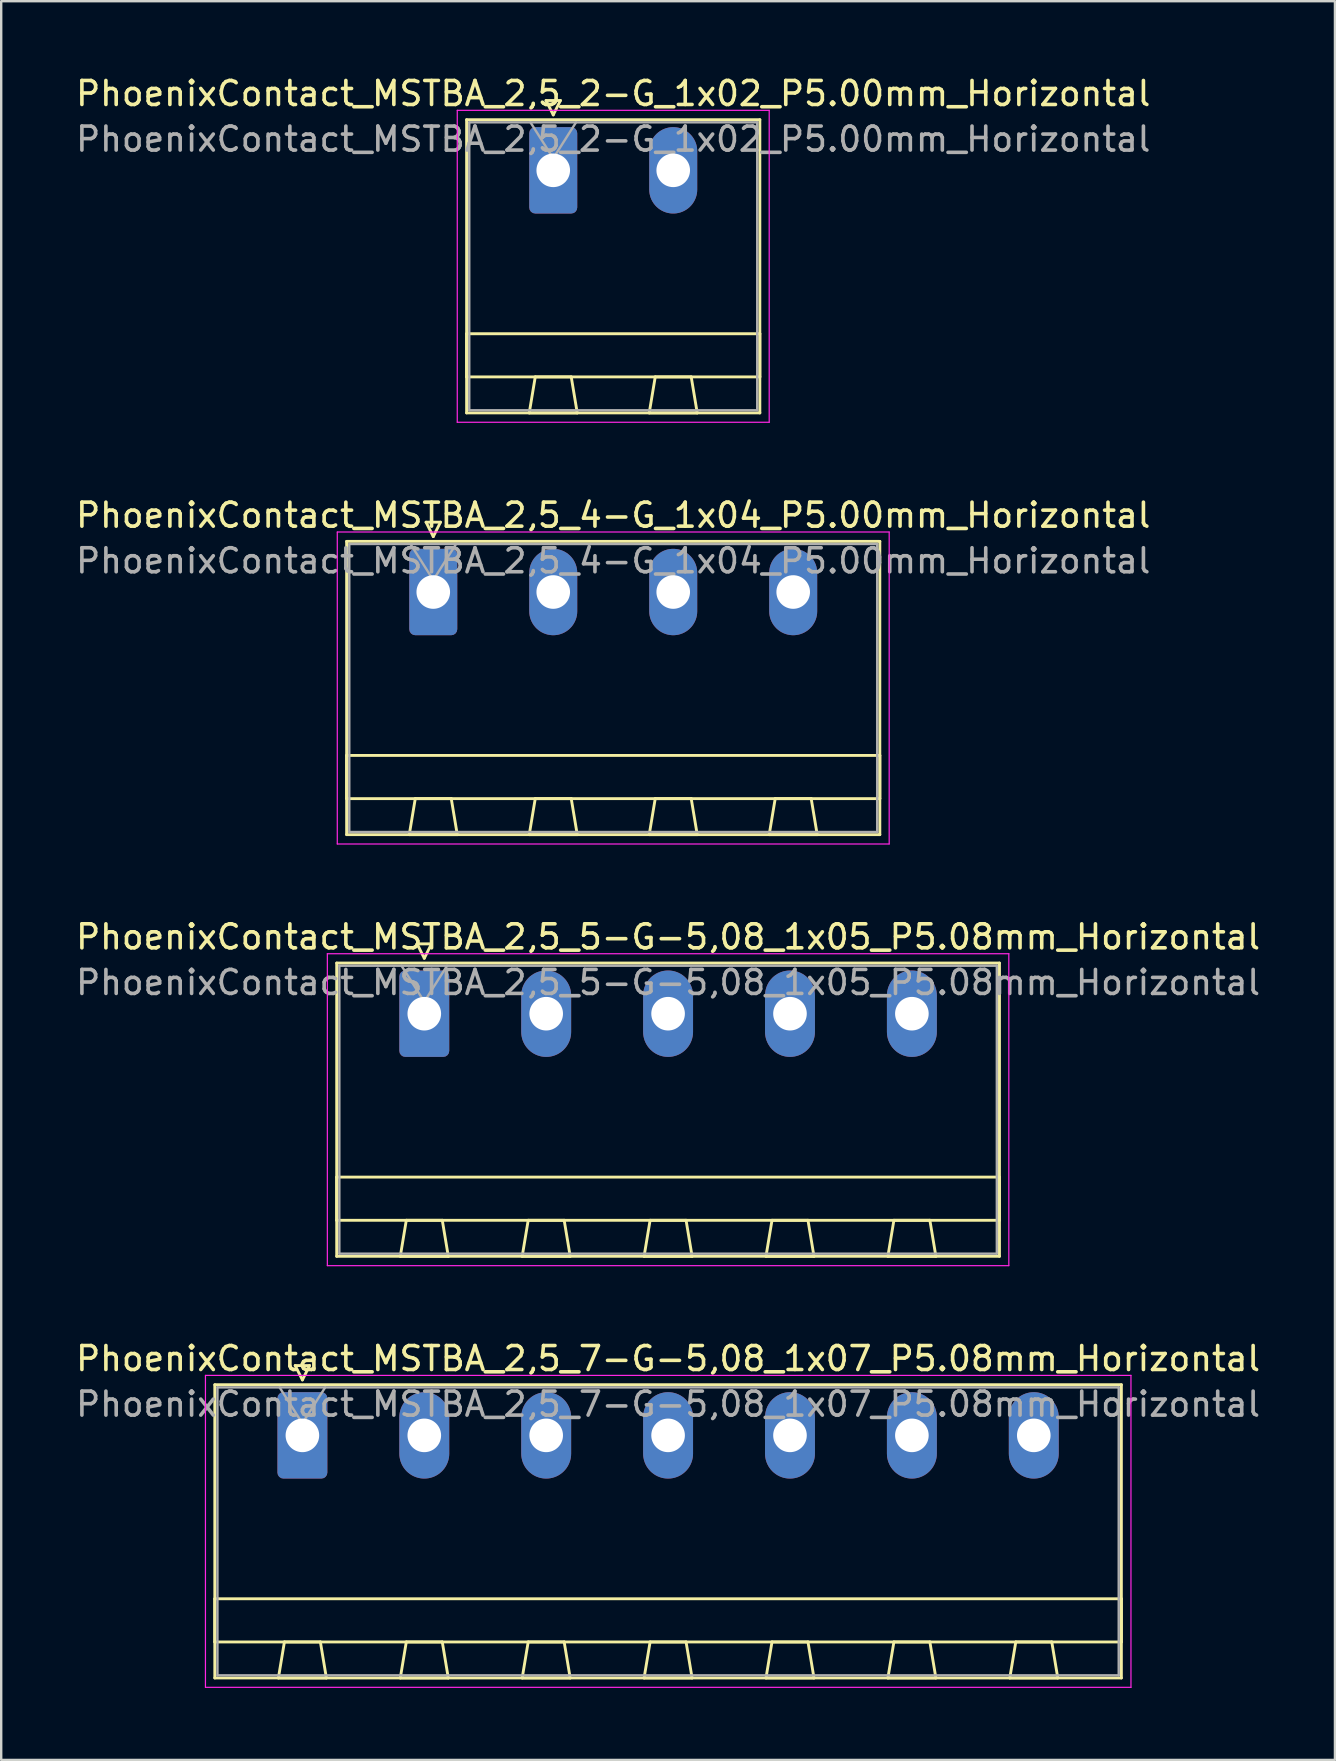
<source format=kicad_pcb>
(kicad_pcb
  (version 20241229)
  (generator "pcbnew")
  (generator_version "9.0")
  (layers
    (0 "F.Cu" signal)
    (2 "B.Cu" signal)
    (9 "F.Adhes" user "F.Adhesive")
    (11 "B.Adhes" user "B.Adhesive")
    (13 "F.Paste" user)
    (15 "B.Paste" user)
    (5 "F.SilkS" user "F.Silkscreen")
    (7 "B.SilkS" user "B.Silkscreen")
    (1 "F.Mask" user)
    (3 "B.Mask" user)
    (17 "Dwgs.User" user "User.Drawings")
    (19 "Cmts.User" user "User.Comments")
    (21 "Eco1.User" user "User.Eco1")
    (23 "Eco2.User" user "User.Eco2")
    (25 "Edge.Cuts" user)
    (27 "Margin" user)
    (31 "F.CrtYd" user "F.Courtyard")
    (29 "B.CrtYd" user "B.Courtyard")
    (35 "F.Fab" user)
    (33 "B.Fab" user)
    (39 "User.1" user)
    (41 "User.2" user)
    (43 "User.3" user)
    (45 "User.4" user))
  (footprint "PhoenixContact_MSTBA_2,5_4-G_1x04_P5.00mm_Horizontal"
    (layer "F.Cu")
    (at 15.006 21.622)
    (property "Reference" "PhoenixContact_MSTBA_2,5_4-G_1x04_P5.00mm_Horizontal" (at 7.5 -3.2 0) (layer "F.SilkS") (effects (font (size 1 1) (thickness 0.15))))
    (attr through_hole)
    (fp_line (start -3.61 -2.11) (end -3.61 10.11) (stroke (width 0.12) (type solid)) (layer "F.SilkS"))
    (fp_line (start -3.61 6.81) (end 18.61 6.81) (stroke (width 0.12) (type solid)) (layer "F.SilkS"))
    (fp_line (start -3.61 8.61) (end -3.61 6.81) (stroke (width 0.12) (type solid)) (layer "F.SilkS"))
    (fp_line (start -3.61 10.11) (end 18.61 10.11) (stroke (width 0.12) (type solid)) (layer "F.SilkS"))
    (fp_line (start -1 10.11) (end 1 10.11) (stroke (width 0.12) (type solid)) (layer "F.SilkS"))
    (fp_line (start -0.75 8.61) (end -1 10.11) (stroke (width 0.12) (type solid)) (layer "F.SilkS"))
    (fp_line (start -0.3 -2.91) (end 0.3 -2.91) (stroke (width 0.12) (type solid)) (layer "F.SilkS"))
    (fp_line (start 0 -2.31) (end -0.3 -2.91) (stroke (width 0.12) (type solid)) (layer "F.SilkS"))
    (fp_line (start 0.3 -2.91) (end 0 -2.31) (stroke (width 0.12) (type solid)) (layer "F.SilkS"))
    (fp_line (start 0.75 8.61) (end -0.75 8.61) (stroke (width 0.12) (type solid)) (layer "F.SilkS"))
    (fp_line (start 1 10.11) (end 0.75 8.61) (stroke (width 0.12) (type solid)) (layer "F.SilkS"))
    (fp_line (start 4 10.11) (end 6 10.11) (stroke (width 0.12) (type solid)) (layer "F.SilkS"))
    (fp_line (start 4.25 8.61) (end 4 10.11) (stroke (width 0.12) (type solid)) (layer "F.SilkS"))
    (fp_line (start 5.75 8.61) (end 4.25 8.61) (stroke (width 0.12) (type solid)) (layer "F.SilkS"))
    (fp_line (start 6 10.11) (end 5.75 8.61) (stroke (width 0.12) (type solid)) (layer "F.SilkS"))
    (fp_line (start 9 10.11) (end 11 10.11) (stroke (width 0.12) (type solid)) (layer "F.SilkS"))
    (fp_line (start 9.25 8.61) (end 9 10.11) (stroke (width 0.12) (type solid)) (layer "F.SilkS"))
    (fp_line (start 10.75 8.61) (end 9.25 8.61) (stroke (width 0.12) (type solid)) (layer "F.SilkS"))
    (fp_line (start 11 10.11) (end 10.75 8.61) (stroke (width 0.12) (type solid)) (layer "F.SilkS"))
    (fp_line (start 14 10.11) (end 16 10.11) (stroke (width 0.12) (type solid)) (layer "F.SilkS"))
    (fp_line (start 14.25 8.61) (end 14 10.11) (stroke (width 0.12) (type solid)) (layer "F.SilkS"))
    (fp_line (start 15.75 8.61) (end 14.25 8.61) (stroke (width 0.12) (type solid)) (layer "F.SilkS"))
    (fp_line (start 16 10.11) (end 15.75 8.61) (stroke (width 0.12) (type solid)) (layer "F.SilkS"))
    (fp_line (start 18.61 -2.11) (end -3.61 -2.11) (stroke (width 0.12) (type solid)) (layer "F.SilkS"))
    (fp_line (start 18.61 6.81) (end 18.61 8.61) (stroke (width 0.12) (type solid)) (layer "F.SilkS"))
    (fp_line (start 18.61 8.61) (end -3.61 8.61) (stroke (width 0.12) (type solid)) (layer "F.SilkS"))
    (fp_line (start 18.61 10.11) (end 18.61 -2.11) (stroke (width 0.12) (type solid)) (layer "F.SilkS"))
    (fp_line (start -4 -2.5) (end -4 10.5) (stroke (width 0.05) (type solid)) (layer "F.CrtYd"))
    (fp_line (start -4 10.5) (end 19 10.5) (stroke (width 0.05) (type solid)) (layer "F.CrtYd"))
    (fp_line (start 19 -2.5) (end -4 -2.5) (stroke (width 0.05) (type solid)) (layer "F.CrtYd"))
    (fp_line (start 19 10.5) (end 19 -2.5) (stroke (width 0.05) (type solid)) (layer "F.CrtYd"))
    (fp_line (start -3.5 -2) (end -3.5 10) (stroke (width 0.1) (type solid)) (layer "F.Fab"))
    (fp_line (start -3.5 10) (end 18.5 10) (stroke (width 0.1) (type solid)) (layer "F.Fab"))
    (fp_line (start 0 -0.5) (end -0.95 -2) (stroke (width 0.1) (type solid)) (layer "F.Fab"))
    (fp_line (start 0.95 -2) (end 0 -0.5) (stroke (width 0.1) (type solid)) (layer "F.Fab"))
    (fp_line (start 18.5 -2) (end -3.5 -2) (stroke (width 0.1) (type solid)) (layer "F.Fab"))
    (fp_line (start 18.5 10) (end 18.5 -2) (stroke (width 0.1) (type solid)) (layer "F.Fab"))
    (fp_text user "${REFERENCE}" (at 7.5 -1.3 0) (layer "F.Fab") (effects (font (size 1 1) (thickness 0.15))))
    (pad "1" thru_hole roundrect (at 0 0) (size 2 3.6) (drill 1.4) (layers "*.Cu" "*.Mask") (roundrect_rratio 0.125))
    (pad "2" thru_hole oval (at 5 0) (size 2 3.6) (drill 1.4) (layers "*.Cu" "*.Mask"))
    (pad "3" thru_hole oval (at 10 0) (size 2 3.6) (drill 1.4) (layers "*.Cu" "*.Mask"))
    (pad "4" thru_hole oval (at 15 0) (size 2 3.6) (drill 1.4) (layers "*.Cu" "*.Mask")))
  (footprint "PhoenixContact_MSTBA_2,5_2-G_1x02_P5.00mm_Horizontal"
    (layer "F.Cu")
    (at 20.006 4.048)
    (property "Reference" "PhoenixContact_MSTBA_2,5_2-G_1x02_P5.00mm_Horizontal" (at 2.5 -3.2 0) (layer "F.SilkS") (effects (font (size 1 1) (thickness 0.15))))
    (attr through_hole)
    (fp_line (start -3.61 -2.11) (end -3.61 10.11) (stroke (width 0.12) (type solid)) (layer "F.SilkS"))
    (fp_line (start -3.61 6.81) (end 8.61 6.81) (stroke (width 0.12) (type solid)) (layer "F.SilkS"))
    (fp_line (start -3.61 8.61) (end -3.61 6.81) (stroke (width 0.12) (type solid)) (layer "F.SilkS"))
    (fp_line (start -3.61 10.11) (end 8.61 10.11) (stroke (width 0.12) (type solid)) (layer "F.SilkS"))
    (fp_line (start -1 10.11) (end 1 10.11) (stroke (width 0.12) (type solid)) (layer "F.SilkS"))
    (fp_line (start -0.75 8.61) (end -1 10.11) (stroke (width 0.12) (type solid)) (layer "F.SilkS"))
    (fp_line (start -0.3 -2.91) (end 0.3 -2.91) (stroke (width 0.12) (type solid)) (layer "F.SilkS"))
    (fp_line (start 0 -2.31) (end -0.3 -2.91) (stroke (width 0.12) (type solid)) (layer "F.SilkS"))
    (fp_line (start 0.3 -2.91) (end 0 -2.31) (stroke (width 0.12) (type solid)) (layer "F.SilkS"))
    (fp_line (start 0.75 8.61) (end -0.75 8.61) (stroke (width 0.12) (type solid)) (layer "F.SilkS"))
    (fp_line (start 1 10.11) (end 0.75 8.61) (stroke (width 0.12) (type solid)) (layer "F.SilkS"))
    (fp_line (start 4 10.11) (end 6 10.11) (stroke (width 0.12) (type solid)) (layer "F.SilkS"))
    (fp_line (start 4.25 8.61) (end 4 10.11) (stroke (width 0.12) (type solid)) (layer "F.SilkS"))
    (fp_line (start 5.75 8.61) (end 4.25 8.61) (stroke (width 0.12) (type solid)) (layer "F.SilkS"))
    (fp_line (start 6 10.11) (end 5.75 8.61) (stroke (width 0.12) (type solid)) (layer "F.SilkS"))
    (fp_line (start 8.61 -2.11) (end -3.61 -2.11) (stroke (width 0.12) (type solid)) (layer "F.SilkS"))
    (fp_line (start 8.61 6.81) (end 8.61 8.61) (stroke (width 0.12) (type solid)) (layer "F.SilkS"))
    (fp_line (start 8.61 8.61) (end -3.61 8.61) (stroke (width 0.12) (type solid)) (layer "F.SilkS"))
    (fp_line (start 8.61 10.11) (end 8.61 -2.11) (stroke (width 0.12) (type solid)) (layer "F.SilkS"))
    (fp_line (start -4 -2.5) (end -4 10.5) (stroke (width 0.05) (type solid)) (layer "F.CrtYd"))
    (fp_line (start -4 10.5) (end 9 10.5) (stroke (width 0.05) (type solid)) (layer "F.CrtYd"))
    (fp_line (start 9 -2.5) (end -4 -2.5) (stroke (width 0.05) (type solid)) (layer "F.CrtYd"))
    (fp_line (start 9 10.5) (end 9 -2.5) (stroke (width 0.05) (type solid)) (layer "F.CrtYd"))
    (fp_line (start -3.5 -2) (end -3.5 10) (stroke (width 0.1) (type solid)) (layer "F.Fab"))
    (fp_line (start -3.5 10) (end 8.5 10) (stroke (width 0.1) (type solid)) (layer "F.Fab"))
    (fp_line (start 0 -0.5) (end -0.95 -2) (stroke (width 0.1) (type solid)) (layer "F.Fab"))
    (fp_line (start 0.95 -2) (end 0 -0.5) (stroke (width 0.1) (type solid)) (layer "F.Fab"))
    (fp_line (start 8.5 -2) (end -3.5 -2) (stroke (width 0.1) (type solid)) (layer "F.Fab"))
    (fp_line (start 8.5 10) (end 8.5 -2) (stroke (width 0.1) (type solid)) (layer "F.Fab"))
    (fp_text user "${REFERENCE}" (at 2.5 -1.3 0) (layer "F.Fab") (effects (font (size 1 1) (thickness 0.15))))
    (pad "1" thru_hole roundrect (at 0 0) (size 2 3.6) (drill 1.4) (layers "*.Cu" "*.Mask") (roundrect_rratio 0.125))
    (pad "2" thru_hole oval (at 5 0) (size 2 3.6) (drill 1.4) (layers "*.Cu" "*.Mask")))
  (footprint "PhoenixContact_MSTBA_2,5_5-G-5,08_1x05_P5.08mm_Horizontal"
    (layer "F.Cu")
    (at 14.632 39.195)
    (property "Reference" "PhoenixContact_MSTBA_2,5_5-G-5,08_1x05_P5.08mm_Horizontal" (at 10.16 -3.2 0) (layer "F.SilkS") (effects (font (size 1 1) (thickness 0.15))))
    (attr through_hole)
    (fp_line (start -3.65 -2.11) (end -3.65 10.11) (stroke (width 0.12) (type solid)) (layer "F.SilkS"))
    (fp_line (start -3.65 6.81) (end 23.97 6.81) (stroke (width 0.12) (type solid)) (layer "F.SilkS"))
    (fp_line (start -3.65 8.61) (end -3.65 6.81) (stroke (width 0.12) (type solid)) (layer "F.SilkS"))
    (fp_line (start -3.65 10.11) (end 23.97 10.11) (stroke (width 0.12) (type solid)) (layer "F.SilkS"))
    (fp_line (start -1 10.11) (end 1 10.11) (stroke (width 0.12) (type solid)) (layer "F.SilkS"))
    (fp_line (start -0.75 8.61) (end -1 10.11) (stroke (width 0.12) (type solid)) (layer "F.SilkS"))
    (fp_line (start -0.3 -2.91) (end 0.3 -2.91) (stroke (width 0.12) (type solid)) (layer "F.SilkS"))
    (fp_line (start 0 -2.31) (end -0.3 -2.91) (stroke (width 0.12) (type solid)) (layer "F.SilkS"))
    (fp_line (start 0.3 -2.91) (end 0 -2.31) (stroke (width 0.12) (type solid)) (layer "F.SilkS"))
    (fp_line (start 0.75 8.61) (end -0.75 8.61) (stroke (width 0.12) (type solid)) (layer "F.SilkS"))
    (fp_line (start 1 10.11) (end 0.75 8.61) (stroke (width 0.12) (type solid)) (layer "F.SilkS"))
    (fp_line (start 4.08 10.11) (end 6.08 10.11) (stroke (width 0.12) (type solid)) (layer "F.SilkS"))
    (fp_line (start 4.33 8.61) (end 4.08 10.11) (stroke (width 0.12) (type solid)) (layer "F.SilkS"))
    (fp_line (start 5.83 8.61) (end 4.33 8.61) (stroke (width 0.12) (type solid)) (layer "F.SilkS"))
    (fp_line (start 6.08 10.11) (end 5.83 8.61) (stroke (width 0.12) (type solid)) (layer "F.SilkS"))
    (fp_line (start 9.16 10.11) (end 11.16 10.11) (stroke (width 0.12) (type solid)) (layer "F.SilkS"))
    (fp_line (start 9.41 8.61) (end 9.16 10.11) (stroke (width 0.12) (type solid)) (layer "F.SilkS"))
    (fp_line (start 10.91 8.61) (end 9.41 8.61) (stroke (width 0.12) (type solid)) (layer "F.SilkS"))
    (fp_line (start 11.16 10.11) (end 10.91 8.61) (stroke (width 0.12) (type solid)) (layer "F.SilkS"))
    (fp_line (start 14.24 10.11) (end 16.24 10.11) (stroke (width 0.12) (type solid)) (layer "F.SilkS"))
    (fp_line (start 14.49 8.61) (end 14.24 10.11) (stroke (width 0.12) (type solid)) (layer "F.SilkS"))
    (fp_line (start 15.99 8.61) (end 14.49 8.61) (stroke (width 0.12) (type solid)) (layer "F.SilkS"))
    (fp_line (start 16.24 10.11) (end 15.99 8.61) (stroke (width 0.12) (type solid)) (layer "F.SilkS"))
    (fp_line (start 19.32 10.11) (end 21.32 10.11) (stroke (width 0.12) (type solid)) (layer "F.SilkS"))
    (fp_line (start 19.57 8.61) (end 19.32 10.11) (stroke (width 0.12) (type solid)) (layer "F.SilkS"))
    (fp_line (start 21.07 8.61) (end 19.57 8.61) (stroke (width 0.12) (type solid)) (layer "F.SilkS"))
    (fp_line (start 21.32 10.11) (end 21.07 8.61) (stroke (width 0.12) (type solid)) (layer "F.SilkS"))
    (fp_line (start 23.97 -2.11) (end -3.65 -2.11) (stroke (width 0.12) (type solid)) (layer "F.SilkS"))
    (fp_line (start 23.97 6.81) (end 23.97 8.61) (stroke (width 0.12) (type solid)) (layer "F.SilkS"))
    (fp_line (start 23.97 8.61) (end -3.65 8.61) (stroke (width 0.12) (type solid)) (layer "F.SilkS"))
    (fp_line (start 23.97 10.11) (end 23.97 -2.11) (stroke (width 0.12) (type solid)) (layer "F.SilkS"))
    (fp_line (start -4.04 -2.5) (end -4.04 10.5) (stroke (width 0.05) (type solid)) (layer "F.CrtYd"))
    (fp_line (start -4.04 10.5) (end 24.36 10.5) (stroke (width 0.05) (type solid)) (layer "F.CrtYd"))
    (fp_line (start 24.36 -2.5) (end -4.04 -2.5) (stroke (width 0.05) (type solid)) (layer "F.CrtYd"))
    (fp_line (start 24.36 10.5) (end 24.36 -2.5) (stroke (width 0.05) (type solid)) (layer "F.CrtYd"))
    (fp_line (start -3.54 -2) (end -3.54 10) (stroke (width 0.1) (type solid)) (layer "F.Fab"))
    (fp_line (start -3.54 10) (end 23.86 10) (stroke (width 0.1) (type solid)) (layer "F.Fab"))
    (fp_line (start 0 -0.5) (end -0.95 -2) (stroke (width 0.1) (type solid)) (layer "F.Fab"))
    (fp_line (start 0.95 -2) (end 0 -0.5) (stroke (width 0.1) (type solid)) (layer "F.Fab"))
    (fp_line (start 23.86 -2) (end -3.54 -2) (stroke (width 0.1) (type solid)) (layer "F.Fab"))
    (fp_line (start 23.86 10) (end 23.86 -2) (stroke (width 0.1) (type solid)) (layer "F.Fab"))
    (fp_text user "${REFERENCE}" (at 10.16 -1.3 0) (layer "F.Fab") (effects (font (size 1 1) (thickness 0.15))))
    (pad "1" thru_hole roundrect (at 0 0) (size 2.08 3.6) (drill 1.4) (layers "*.Cu" "*.Mask") (roundrect_rratio 0.12))
    (pad "2" thru_hole oval (at 5.08 0) (size 2.08 3.6) (drill 1.4) (layers "*.Cu" "*.Mask"))
    (pad "3" thru_hole oval (at 10.16 0) (size 2.08 3.6) (drill 1.4) (layers "*.Cu" "*.Mask"))
    (pad "4" thru_hole oval (at 15.24 0) (size 2.08 3.6) (drill 1.4) (layers "*.Cu" "*.Mask"))
    (pad "5" thru_hole oval (at 20.32 0) (size 2.08 3.6) (drill 1.4) (layers "*.Cu" "*.Mask")))
  (footprint "PhoenixContact_MSTBA_2,5_7-G-5,08_1x07_P5.08mm_Horizontal"
    (layer "F.Cu")
    (at 9.552 56.768)
    (property "Reference" "PhoenixContact_MSTBA_2,5_7-G-5,08_1x07_P5.08mm_Horizontal" (at 15.24 -3.2 0) (layer "F.SilkS") (effects (font (size 1 1) (thickness 0.15))))
    (attr through_hole)
    (fp_line (start -3.65 -2.11) (end -3.65 10.11) (stroke (width 0.12) (type solid)) (layer "F.SilkS"))
    (fp_line (start -3.65 6.81) (end 34.13 6.81) (stroke (width 0.12) (type solid)) (layer "F.SilkS"))
    (fp_line (start -3.65 8.61) (end -3.65 6.81) (stroke (width 0.12) (type solid)) (layer "F.SilkS"))
    (fp_line (start -3.65 10.11) (end 34.13 10.11) (stroke (width 0.12) (type solid)) (layer "F.SilkS"))
    (fp_line (start -1 10.11) (end 1 10.11) (stroke (width 0.12) (type solid)) (layer "F.SilkS"))
    (fp_line (start -0.75 8.61) (end -1 10.11) (stroke (width 0.12) (type solid)) (layer "F.SilkS"))
    (fp_line (start -0.3 -2.91) (end 0.3 -2.91) (stroke (width 0.12) (type solid)) (layer "F.SilkS"))
    (fp_line (start 0 -2.31) (end -0.3 -2.91) (stroke (width 0.12) (type solid)) (layer "F.SilkS"))
    (fp_line (start 0.3 -2.91) (end 0 -2.31) (stroke (width 0.12) (type solid)) (layer "F.SilkS"))
    (fp_line (start 0.75 8.61) (end -0.75 8.61) (stroke (width 0.12) (type solid)) (layer "F.SilkS"))
    (fp_line (start 1 10.11) (end 0.75 8.61) (stroke (width 0.12) (type solid)) (layer "F.SilkS"))
    (fp_line (start 4.08 10.11) (end 6.08 10.11) (stroke (width 0.12) (type solid)) (layer "F.SilkS"))
    (fp_line (start 4.33 8.61) (end 4.08 10.11) (stroke (width 0.12) (type solid)) (layer "F.SilkS"))
    (fp_line (start 5.83 8.61) (end 4.33 8.61) (stroke (width 0.12) (type solid)) (layer "F.SilkS"))
    (fp_line (start 6.08 10.11) (end 5.83 8.61) (stroke (width 0.12) (type solid)) (layer "F.SilkS"))
    (fp_line (start 9.16 10.11) (end 11.16 10.11) (stroke (width 0.12) (type solid)) (layer "F.SilkS"))
    (fp_line (start 9.41 8.61) (end 9.16 10.11) (stroke (width 0.12) (type solid)) (layer "F.SilkS"))
    (fp_line (start 10.91 8.61) (end 9.41 8.61) (stroke (width 0.12) (type solid)) (layer "F.SilkS"))
    (fp_line (start 11.16 10.11) (end 10.91 8.61) (stroke (width 0.12) (type solid)) (layer "F.SilkS"))
    (fp_line (start 14.24 10.11) (end 16.24 10.11) (stroke (width 0.12) (type solid)) (layer "F.SilkS"))
    (fp_line (start 14.49 8.61) (end 14.24 10.11) (stroke (width 0.12) (type solid)) (layer "F.SilkS"))
    (fp_line (start 15.99 8.61) (end 14.49 8.61) (stroke (width 0.12) (type solid)) (layer "F.SilkS"))
    (fp_line (start 16.24 10.11) (end 15.99 8.61) (stroke (width 0.12) (type solid)) (layer "F.SilkS"))
    (fp_line (start 19.32 10.11) (end 21.32 10.11) (stroke (width 0.12) (type solid)) (layer "F.SilkS"))
    (fp_line (start 19.57 8.61) (end 19.32 10.11) (stroke (width 0.12) (type solid)) (layer "F.SilkS"))
    (fp_line (start 21.07 8.61) (end 19.57 8.61) (stroke (width 0.12) (type solid)) (layer "F.SilkS"))
    (fp_line (start 21.32 10.11) (end 21.07 8.61) (stroke (width 0.12) (type solid)) (layer "F.SilkS"))
    (fp_line (start 24.4 10.11) (end 26.4 10.11) (stroke (width 0.12) (type solid)) (layer "F.SilkS"))
    (fp_line (start 24.65 8.61) (end 24.4 10.11) (stroke (width 0.12) (type solid)) (layer "F.SilkS"))
    (fp_line (start 26.15 8.61) (end 24.65 8.61) (stroke (width 0.12) (type solid)) (layer "F.SilkS"))
    (fp_line (start 26.4 10.11) (end 26.15 8.61) (stroke (width 0.12) (type solid)) (layer "F.SilkS"))
    (fp_line (start 29.48 10.11) (end 31.48 10.11) (stroke (width 0.12) (type solid)) (layer "F.SilkS"))
    (fp_line (start 29.73 8.61) (end 29.48 10.11) (stroke (width 0.12) (type solid)) (layer "F.SilkS"))
    (fp_line (start 31.23 8.61) (end 29.73 8.61) (stroke (width 0.12) (type solid)) (layer "F.SilkS"))
    (fp_line (start 31.48 10.11) (end 31.23 8.61) (stroke (width 0.12) (type solid)) (layer "F.SilkS"))
    (fp_line (start 34.13 -2.11) (end -3.65 -2.11) (stroke (width 0.12) (type solid)) (layer "F.SilkS"))
    (fp_line (start 34.13 6.81) (end 34.13 8.61) (stroke (width 0.12) (type solid)) (layer "F.SilkS"))
    (fp_line (start 34.13 8.61) (end -3.65 8.61) (stroke (width 0.12) (type solid)) (layer "F.SilkS"))
    (fp_line (start 34.13 10.11) (end 34.13 -2.11) (stroke (width 0.12) (type solid)) (layer "F.SilkS"))
    (fp_line (start -4.04 -2.5) (end -4.04 10.5) (stroke (width 0.05) (type solid)) (layer "F.CrtYd"))
    (fp_line (start -4.04 10.5) (end 34.53 10.5) (stroke (width 0.05) (type solid)) (layer "F.CrtYd"))
    (fp_line (start 34.53 -2.5) (end -4.04 -2.5) (stroke (width 0.05) (type solid)) (layer "F.CrtYd"))
    (fp_line (start 34.53 10.5) (end 34.53 -2.5) (stroke (width 0.05) (type solid)) (layer "F.CrtYd"))
    (fp_line (start -3.54 -2) (end -3.54 10) (stroke (width 0.1) (type solid)) (layer "F.Fab"))
    (fp_line (start -3.54 10) (end 34.02 10) (stroke (width 0.1) (type solid)) (layer "F.Fab"))
    (fp_line (start 0 -0.5) (end -0.95 -2) (stroke (width 0.1) (type solid)) (layer "F.Fab"))
    (fp_line (start 0.95 -2) (end 0 -0.5) (stroke (width 0.1) (type solid)) (layer "F.Fab"))
    (fp_line (start 34.02 -2) (end -3.54 -2) (stroke (width 0.1) (type solid)) (layer "F.Fab"))
    (fp_line (start 34.02 10) (end 34.02 -2) (stroke (width 0.1) (type solid)) (layer "F.Fab"))
    (fp_text user "${REFERENCE}" (at 15.24 -1.3 0) (layer "F.Fab") (effects (font (size 1 1) (thickness 0.15))))
    (pad "1" thru_hole roundrect (at 0 0) (size 2.08 3.6) (drill 1.4) (layers "*.Cu" "*.Mask") (roundrect_rratio 0.12))
    (pad "2" thru_hole oval (at 5.08 0) (size 2.08 3.6) (drill 1.4) (layers "*.Cu" "*.Mask"))
    (pad "3" thru_hole oval (at 10.16 0) (size 2.08 3.6) (drill 1.4) (layers "*.Cu" "*.Mask"))
    (pad "4" thru_hole oval (at 15.24 0) (size 2.08 3.6) (drill 1.4) (layers "*.Cu" "*.Mask"))
    (pad "5" thru_hole oval (at 20.32 0) (size 2.08 3.6) (drill 1.4) (layers "*.Cu" "*.Mask"))
    (pad "6" thru_hole oval (at 25.4 0) (size 2.08 3.6) (drill 1.4) (layers "*.Cu" "*.Mask"))
    (pad "7" thru_hole oval (at 30.48 0) (size 2.08 3.6) (drill 1.4) (layers "*.Cu" "*.Mask")))
  (gr_rect
    (start -3 -3)
    (end 52.583 70.293)
    (stroke (width 0.1) (type default))
    (fill no)
    (layer "Edge.Cuts")))
</source>
